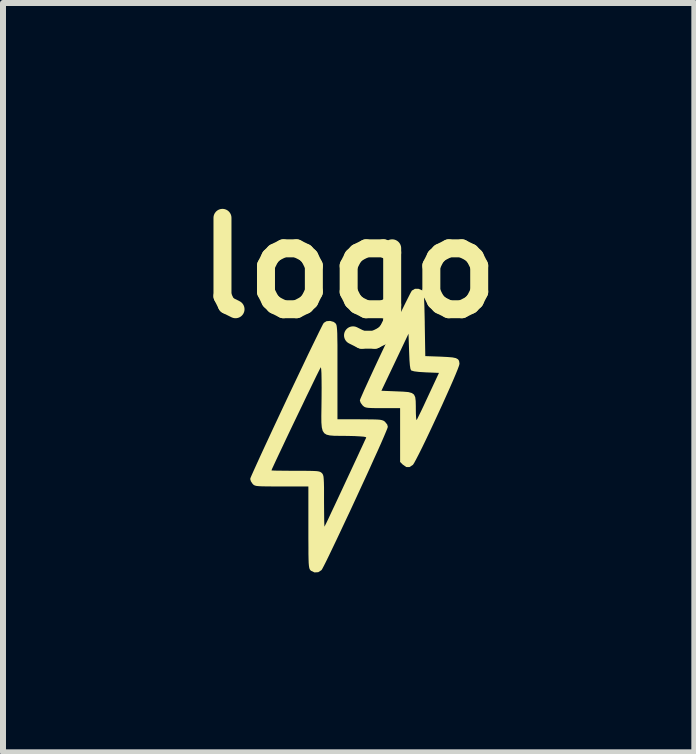
<source format=kicad_pcb>
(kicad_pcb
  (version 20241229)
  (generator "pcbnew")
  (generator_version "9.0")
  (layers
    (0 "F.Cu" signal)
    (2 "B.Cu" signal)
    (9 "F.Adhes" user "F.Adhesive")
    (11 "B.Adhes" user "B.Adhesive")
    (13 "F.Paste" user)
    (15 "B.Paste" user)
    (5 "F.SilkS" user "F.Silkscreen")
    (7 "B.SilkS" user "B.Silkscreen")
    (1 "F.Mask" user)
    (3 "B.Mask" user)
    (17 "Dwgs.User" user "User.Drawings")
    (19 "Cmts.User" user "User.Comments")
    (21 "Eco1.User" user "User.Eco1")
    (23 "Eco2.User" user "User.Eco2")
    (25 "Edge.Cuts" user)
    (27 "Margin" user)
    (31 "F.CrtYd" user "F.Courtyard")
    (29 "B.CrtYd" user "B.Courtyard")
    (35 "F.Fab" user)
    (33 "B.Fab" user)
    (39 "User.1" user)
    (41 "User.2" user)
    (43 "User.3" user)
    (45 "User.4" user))
  (footprint "logo"
    (layer "F.Cu")
    (at 2.765 4.018)
    (property "Reference" "logo" (at 0 -2.6 0) (layer "F.SilkS") (effects (font (size 1.524 1.524) (thickness 0.3))))
    (attr board_only exclude_from_pos_files exclude_from_bom)
    (fp_poly (pts (xy 1.229 -2.224) (xy 1.25 -2.207) (xy 1.253 -2.187) (xy 1.256 -2.135) (xy 1.259 -2.054) (xy 1.263 -1.951) (xy 1.266 -1.829) (xy 1.269 -1.694) (xy 1.269 -1.664) (xy 1.278 -1.129) (xy 1.532 -1.12) (xy 1.648 -1.114) (xy 1.732 -1.107) (xy 1.789 -1.095) (xy 1.823 -1.076) (xy 1.841 -1.05) (xy 1.847 -1.013) (xy 1.848 -0.999) (xy 1.84 -0.968) (xy 1.818 -0.908) (xy 1.783 -0.822) (xy 1.738 -0.716) (xy 1.684 -0.593) (xy 1.623 -0.457) (xy 1.558 -0.312) (xy 1.489 -0.163) (xy 1.42 -0.014) (xy 1.352 0.131) (xy 1.287 0.268) (xy 1.227 0.392) (xy 1.173 0.5) (xy 1.128 0.587) (xy 1.094 0.65) (xy 1.073 0.683) (xy 1.07 0.686) (xy 1.014 0.722) (xy 0.96 0.721) (xy 0.905 0.682) (xy 0.904 0.682) (xy 0.858 0.636) (xy 0.858 -0.261) (xy 0.568 -0.261) (xy 0.458 -0.261) (xy 0.379 -0.263) (xy 0.324 -0.266) (xy 0.288 -0.272) (xy 0.264 -0.281) (xy 0.245 -0.295) (xy 0.232 -0.307) (xy 0.201 -0.348) (xy 0.187 -0.387) (xy 0.187 -0.389) (xy 0.194 -0.413) (xy 0.217 -0.466) (xy 0.252 -0.546) (xy 0.254 -0.551) (xy 0.546 -0.551) (xy 0.794 -0.541) (xy 0.911 -0.536) (xy 0.996 -0.529) (xy 1.054 -0.513) (xy 1.09 -0.487) (xy 1.11 -0.444) (xy 1.118 -0.38) (xy 1.12 -0.29) (xy 1.12 -0.255) (xy 1.121 -0.174) (xy 1.124 -0.111) (xy 1.128 -0.072) (xy 1.133 -0.063) (xy 1.145 -0.083) (xy 1.169 -0.132) (xy 1.205 -0.205) (xy 1.249 -0.297) (xy 1.298 -0.403) (xy 1.326 -0.463) (xy 1.506 -0.849) (xy 1.286 -0.858) (xy 1.172 -0.865) (xy 1.092 -0.875) (xy 1.048 -0.888) (xy 1.041 -0.892) (xy 1.03 -0.918) (xy 1.021 -0.974) (xy 1.014 -1.062) (xy 1.009 -1.184) (xy 1.008 -1.209) (xy 0.998 -1.502) (xy 0.772 -1.026) (xy 0.546 -0.551) (xy 0.254 -0.551) (xy 0.298 -0.647) (xy 0.353 -0.767) (xy 0.415 -0.901) (xy 0.482 -1.045) (xy 0.553 -1.196) (xy 0.626 -1.35) (xy 0.699 -1.503) (xy 0.77 -1.65) (xy 0.837 -1.789) (xy 0.898 -1.915) (xy 0.952 -2.025) (xy 0.997 -2.114) (xy 1.03 -2.179) (xy 1.051 -2.216) (xy 1.055 -2.222) (xy 1.105 -2.251) (xy 1.166 -2.251)) (stroke (width 0) (type solid)) (fill yes) (layer "F.SilkS"))
    (fp_poly (pts (xy -0.252 -1.7) (xy -0.224 -1.68) (xy -0.215 -1.669) (xy -0.207 -1.656) (xy -0.201 -1.636) (xy -0.197 -1.607) (xy -0.193 -1.563) (xy -0.19 -1.503) (xy -0.189 -1.423) (xy -0.187 -1.319) (xy -0.187 -1.187) (xy -0.187 -1.024) (xy -0.187 -0.858) (xy -0.187 -0.075) (xy 0.184 -0.075) (xy 0.311 -0.074) (xy 0.407 -0.073) (xy 0.476 -0.071) (xy 0.525 -0.067) (xy 0.558 -0.06) (xy 0.582 -0.051) (xy 0.601 -0.038) (xy 0.604 -0.036) (xy 0.643 0.012) (xy 0.653 0.051) (xy 0.645 0.076) (xy 0.623 0.131) (xy 0.588 0.214) (xy 0.542 0.32) (xy 0.486 0.446) (xy 0.421 0.588) (xy 0.351 0.744) (xy 0.275 0.91) (xy 0.195 1.083) (xy 0.114 1.259) (xy 0.033 1.434) (xy -0.048 1.606) (xy -0.125 1.77) (xy -0.198 1.925) (xy -0.265 2.065) (xy -0.324 2.188) (xy -0.374 2.291) (xy -0.414 2.37) (xy -0.441 2.421) (xy -0.453 2.44) (xy -0.507 2.475) (xy -0.57 2.479) (xy -0.627 2.452) (xy -0.635 2.445) (xy -0.644 2.434) (xy -0.652 2.42) (xy -0.658 2.398) (xy -0.663 2.366) (xy -0.667 2.32) (xy -0.669 2.255) (xy -0.671 2.169) (xy -0.671 2.056) (xy -0.672 1.914) (xy -0.672 1.739) (xy -0.672 1.045) (xy -1.117 1.045) (xy -1.257 1.045) (xy -1.364 1.044) (xy -1.444 1.043) (xy -1.501 1.04) (xy -1.54 1.036) (xy -1.565 1.029) (xy -1.583 1.02) (xy -1.597 1.007) (xy -1.602 1.002) (xy -1.631 0.959) (xy -1.642 0.92) (xy -1.635 0.897) (xy -1.612 0.844) (xy -1.582 0.777) (xy -1.288 0.777) (xy -1.27 0.779) (xy -1.22 0.781) (xy -1.144 0.782) (xy -1.047 0.783) (xy -0.933 0.784) (xy -0.886 0.784) (xy -0.754 0.784) (xy -0.653 0.785) (xy -0.579 0.787) (xy -0.528 0.79) (xy -0.493 0.796) (xy -0.471 0.804) (xy -0.455 0.815) (xy -0.448 0.821) (xy -0.436 0.835) (xy -0.427 0.853) (xy -0.42 0.88) (xy -0.416 0.921) (xy -0.413 0.98) (xy -0.411 1.063) (xy -0.411 1.175) (xy -0.411 1.291) (xy -0.41 1.413) (xy -0.409 1.521) (xy -0.408 1.61) (xy -0.406 1.675) (xy -0.404 1.71) (xy -0.403 1.715) (xy -0.394 1.697) (xy -0.37 1.649) (xy -0.334 1.574) (xy -0.288 1.475) (xy -0.232 1.357) (xy -0.169 1.222) (xy -0.1 1.075) (xy -0.056 0.98) (xy 0.016 0.826) (xy 0.083 0.682) (xy 0.144 0.551) (xy 0.196 0.438) (xy 0.239 0.346) (xy 0.27 0.278) (xy 0.289 0.239) (xy 0.293 0.23) (xy 0.285 0.222) (xy 0.253 0.215) (xy 0.192 0.21) (xy 0.101 0.205) (xy -0.024 0.202) (xy -0.035 0.202) (xy -0.151 0.201) (xy -0.243 0.2) (xy -0.315 0.194) (xy -0.369 0.181) (xy -0.407 0.157) (xy -0.433 0.118) (xy -0.448 0.06) (xy -0.455 -0.021) (xy -0.456 -0.128) (xy -0.454 -0.265) (xy -0.452 -0.425) (xy -0.451 -0.6) (xy -0.452 -0.74) (xy -0.454 -0.844) (xy -0.458 -0.91) (xy -0.463 -0.94) (xy -0.466 -0.941) (xy -0.476 -0.922) (xy -0.501 -0.873) (xy -0.538 -0.799) (xy -0.585 -0.702) (xy -0.64 -0.588) (xy -0.703 -0.459) (xy -0.769 -0.32) (xy -0.839 -0.175) (xy -0.91 -0.027) (xy -0.98 0.119) (xy -1.047 0.26) (xy -1.109 0.392) (xy -1.165 0.51) (xy -1.213 0.612) (xy -1.25 0.692) (xy -1.276 0.748) (xy -1.287 0.775) (xy -1.288 0.777) (xy -1.582 0.777) (xy -1.576 0.764) (xy -1.529 0.66) (xy -1.472 0.535) (xy -1.406 0.392) (xy -1.333 0.235) (xy -1.255 0.067) (xy -1.172 -0.11) (xy -1.087 -0.291) (xy -1.001 -0.474) (xy -0.915 -0.655) (xy -0.831 -0.831) (xy -0.751 -0.999) (xy -0.676 -1.157) (xy -0.607 -1.299) (xy -0.546 -1.424) (xy -0.495 -1.529) (xy -0.455 -1.609) (xy -0.428 -1.662) (xy -0.414 -1.684) (xy -0.37 -1.711) (xy -0.31 -1.716)) (stroke (width 0) (type solid)) (fill yes) (layer "F.SilkS")))
  (gr_rect
    (start -3 -3)
    (end 8.53 9.497)
    (stroke (width 0.1) (type default))
    (fill no)
    (layer "Edge.Cuts")))
</source>
